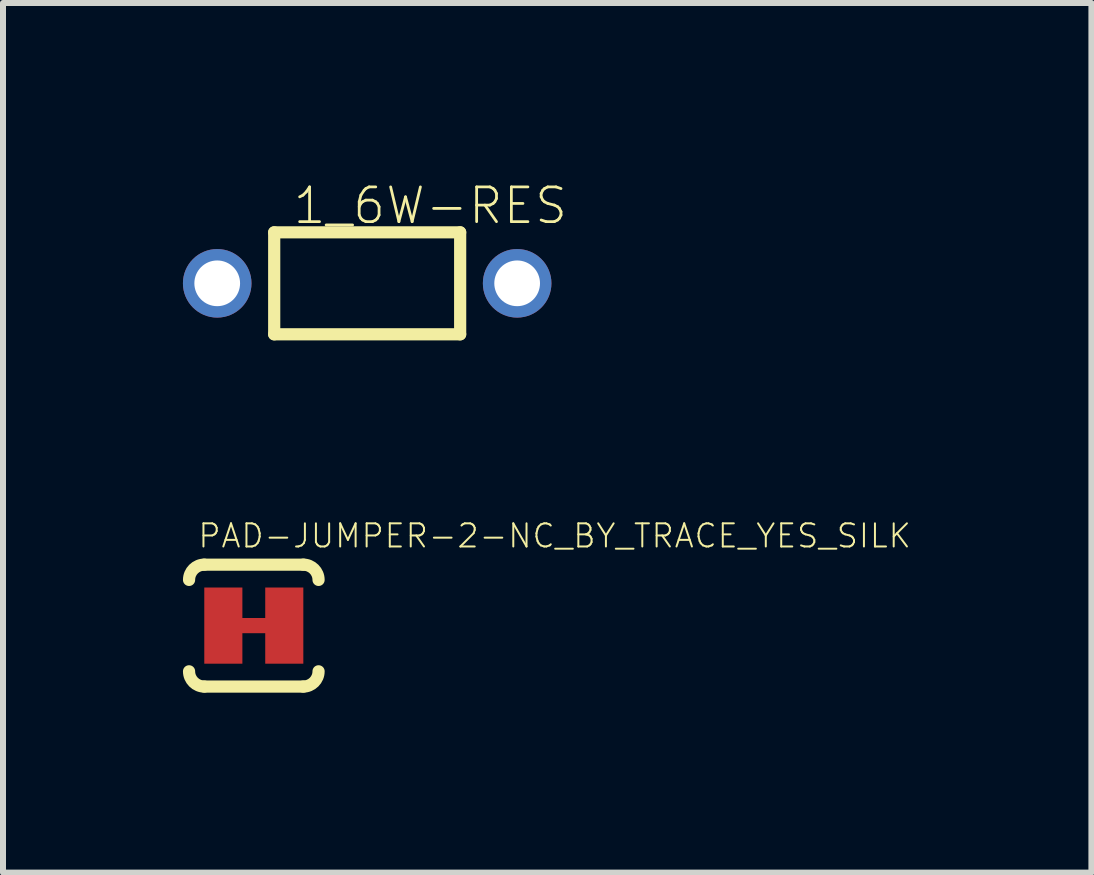
<source format=kicad_pcb>
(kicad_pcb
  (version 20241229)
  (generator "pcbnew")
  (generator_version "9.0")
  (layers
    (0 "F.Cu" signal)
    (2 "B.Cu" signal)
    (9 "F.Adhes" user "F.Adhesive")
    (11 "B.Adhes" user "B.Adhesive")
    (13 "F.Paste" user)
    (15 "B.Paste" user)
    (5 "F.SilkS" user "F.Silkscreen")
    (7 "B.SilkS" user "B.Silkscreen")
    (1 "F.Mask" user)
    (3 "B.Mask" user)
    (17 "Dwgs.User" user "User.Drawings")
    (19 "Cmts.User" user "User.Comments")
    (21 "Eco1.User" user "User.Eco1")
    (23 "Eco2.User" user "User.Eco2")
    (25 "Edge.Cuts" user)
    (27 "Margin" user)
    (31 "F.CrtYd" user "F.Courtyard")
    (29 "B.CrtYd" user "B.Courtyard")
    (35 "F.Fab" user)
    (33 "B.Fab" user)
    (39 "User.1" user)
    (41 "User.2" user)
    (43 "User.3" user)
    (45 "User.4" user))
  (footprint "1_6W-RES"
    (layer "F.Cu")
    (at 3.071 1.673)
    (property "Reference" "1_6W-RES" (at -1.266 -0.955 0) (layer "F.SilkS") (effects (font (size 0.579 0.579) (thickness 0.046)) (justify left bottom)))
    (attr through_hole)
    (fp_line (start -1.55 -0.85) (end -1.55 0.85) (stroke (width 0.203) (type solid)) (layer "F.SilkS"))
    (fp_line (start -1.55 0.85) (end 1.55 0.85) (stroke (width 0.203) (type solid)) (layer "F.SilkS"))
    (fp_line (start 1.55 -0.85) (end -1.55 -0.85) (stroke (width 0.203) (type solid)) (layer "F.SilkS"))
    (fp_line (start 1.55 0.85) (end 1.55 -0.85) (stroke (width 0.203) (type solid)) (layer "F.SilkS"))
    (pad "1" thru_hole circle (at -2.5 0) (size 1.143 1.143) (drill 0.762) (layers "*.Cu" "*.Mask"))
    (pad "2" thru_hole circle (at 2.5 0) (size 1.143 1.143) (drill 0.762) (layers "*.Cu" "*.Mask")))
  (footprint "PAD-JUMPER-2-NC_BY_TRACE_YES_SILK"
    (layer "F.Cu")
    (at 1.181 7.379)
    (property "Reference" "PAD-JUMPER-2-NC_BY_TRACE_YES_SILK" (at -0.953 -1.27 0) (layer "F.SilkS") (effects (font (size 0.386 0.386) (thickness 0.033)) (justify left bottom)))
    (attr through_hole)
    (fp_line (start -0.381 0) (end 0.381 0) (stroke (width 0.254) (type solid)) (layer "F.Cu"))
    (fp_line (start -0.826 -1.016) (end 0.826 -1.016) (stroke (width 0.203) (type solid)) (layer "F.SilkS"))
    (fp_line (start 0.826 1.016) (end -0.826 1.016) (stroke (width 0.203) (type solid)) (layer "F.SilkS"))
    (fp_arc (start -1.0795 -0.762) (mid -1.005105 -0.941605) (end -0.8255 -1.016) (stroke (width 0.2032) (type solid)) (layer "F.SilkS"))
    (fp_arc (start -0.8255 1.016) (mid -1.005105 0.941605) (end -1.0795 0.762) (stroke (width 0.2032) (type solid)) (layer "F.SilkS"))
    (fp_arc (start 0.8255 -1.016) (mid 1.005105 -0.941605) (end 1.0795 -0.762) (stroke (width 0.2032) (type solid)) (layer "F.SilkS"))
    (fp_arc (start 1.0795 0.762) (mid 1.005105 0.941605) (end 0.8255 1.016) (stroke (width 0.2032) (type solid)) (layer "F.SilkS"))
    (pad "1" smd rect (at -0.508 0) (size 0.635 1.27) (layers "F.Cu" "F.Mask"))
    (pad "2" smd rect (at 0.508 0) (size 0.635 1.27) (layers "F.Cu" "F.Mask")))
  (gr_rect
    (start -3 -3)
    (end 15.144 11.496)
    (stroke (width 0.1) (type default))
    (fill no)
    (layer "Edge.Cuts")))
</source>
